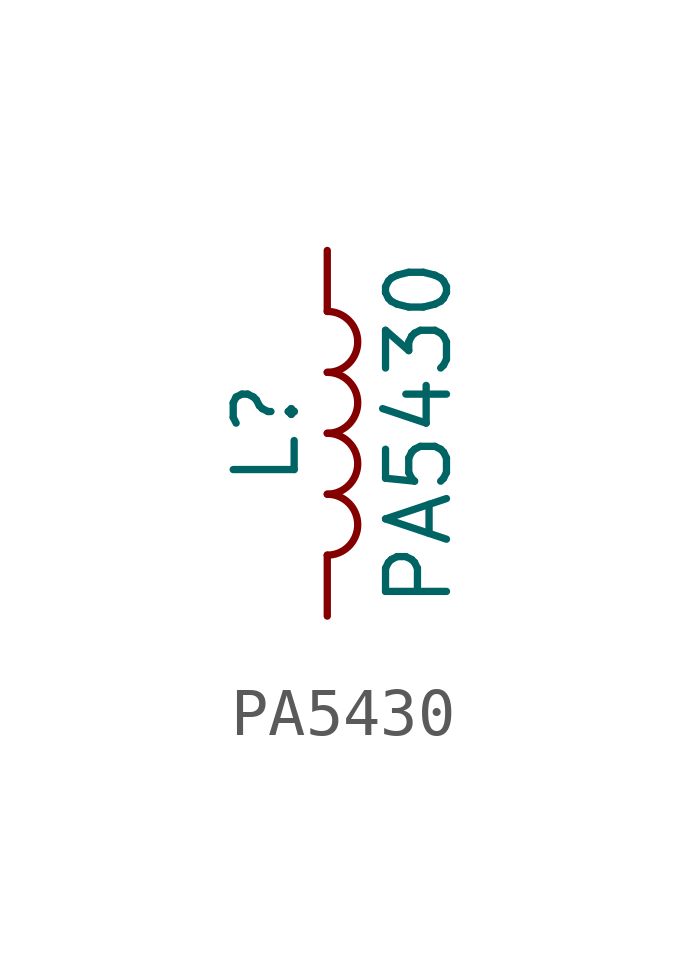
<source format=kicad_sym>
(kicad_symbol_lib
  (version 20241209)
  (generator "kicad_symbol_editor")
  (generator_version "9.0")
  (symbol "PA5430"
    (pin_numbers
      (hide yes))
    (pin_names
      (offset 1.016)
      (hide yes))
    (property "Reference" "L"
      (at -1.27 0 90)
      (effects (font (size 1.27 1.27))))
    (property "Value" "PA5430"
      (at 1.905 0 90)
      (effects (font (size 1.27 1.27))))
    (symbol "PA5430_0_1"
      (arc (start 0 2.54) (mid 0.6323 1.905) (end 0 1.27) (stroke (width 0) (type default)) (fill (type none)))
      (arc (start 0 1.27) (mid 0.6323 0.635) (end 0 0) (stroke (width 0) (type default)) (fill (type none)))
      (arc (start 0 0) (mid 0.6323 -0.635) (end 0 -1.27) (stroke (width 0) (type default)) (fill (type none)))
      (arc (start 0 -1.27) (mid 0.6323 -1.905) (end 0 -2.54) (stroke (width 0) (type default)) (fill (type none))))
    (symbol "PA5430_1_1"
      (pin passive line (at 0 3.81 270) (length 1.27) (name "1" (effects (font (size 1.27 1.27)))) (number "1" (effects (font (size 1.27 1.27)))))
      (pin passive line (at 0 -3.81 90) (length 1.27) (name "2" (effects (font (size 1.27 1.27)))) (number "2" (effects (font (size 1.27 1.27))))))))
</source>
